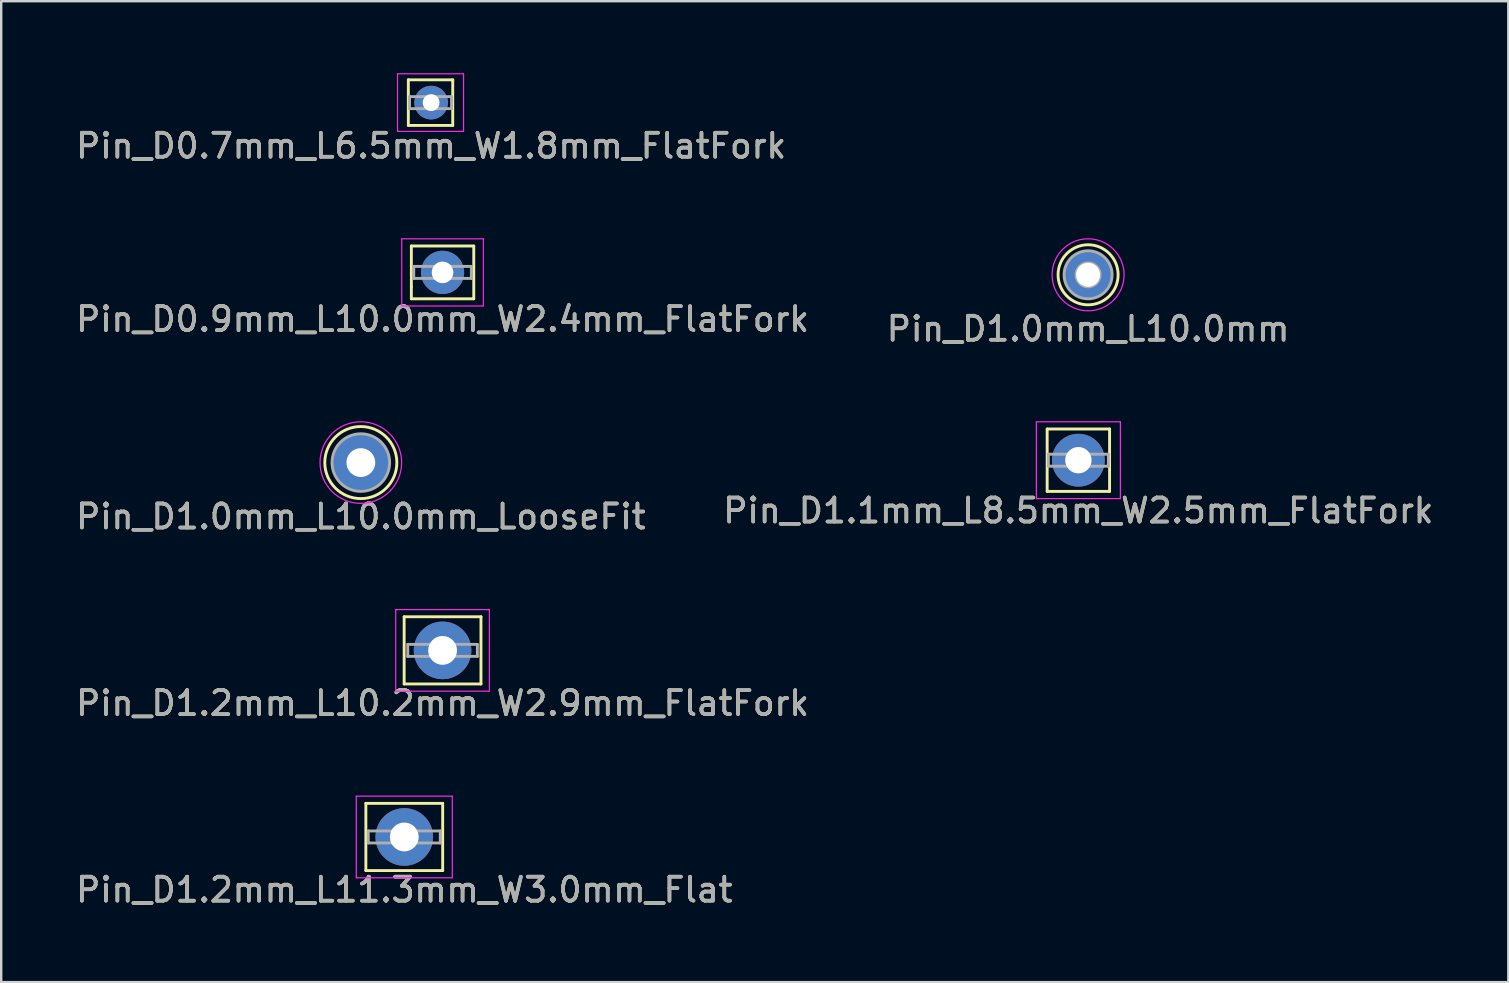
<source format=kicad_pcb>
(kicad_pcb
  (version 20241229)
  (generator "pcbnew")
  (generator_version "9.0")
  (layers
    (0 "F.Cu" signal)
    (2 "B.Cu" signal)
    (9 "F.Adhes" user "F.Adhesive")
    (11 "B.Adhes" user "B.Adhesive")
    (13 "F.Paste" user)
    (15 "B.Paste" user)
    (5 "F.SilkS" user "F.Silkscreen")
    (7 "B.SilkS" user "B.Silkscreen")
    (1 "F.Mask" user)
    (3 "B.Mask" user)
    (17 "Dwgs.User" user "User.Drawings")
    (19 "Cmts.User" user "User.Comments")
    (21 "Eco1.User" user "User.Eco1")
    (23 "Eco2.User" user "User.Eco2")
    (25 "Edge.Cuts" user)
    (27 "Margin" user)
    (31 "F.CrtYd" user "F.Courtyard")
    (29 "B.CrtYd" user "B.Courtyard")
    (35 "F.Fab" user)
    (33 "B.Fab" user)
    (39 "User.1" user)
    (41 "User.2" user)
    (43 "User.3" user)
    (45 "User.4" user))
  (footprint "Pin_D1.2mm_L11.3mm_W3.0mm_Flat"
    (layer "F.Cu")
    (at 13.792 31.818)
    (property "Reference" "Pin_D1.2mm_L11.3mm_W3.0mm_Flat" (at 0 2.2 0) (layer "F.SilkS") (effects (font (size 1 1) (thickness 0.15))))
    (attr through_hole)
    (fp_line (start -1.6 -1.4) (end 1.6 -1.4) (stroke (width 0.12) (type solid)) (layer "F.SilkS"))
    (fp_line (start -1.6 1.4) (end -1.6 -1.4) (stroke (width 0.12) (type solid)) (layer "F.SilkS"))
    (fp_line (start 1.6 -1.4) (end 1.6 1.4) (stroke (width 0.12) (type solid)) (layer "F.SilkS"))
    (fp_line (start 1.6 1.4) (end -1.6 1.4) (stroke (width 0.12) (type solid)) (layer "F.SilkS"))
    (fp_line (start -2 -1.7) (end -2 1.7) (stroke (width 0.05) (type solid)) (layer "F.CrtYd"))
    (fp_line (start -2 -1.7) (end 2 -1.7) (stroke (width 0.05) (type solid)) (layer "F.CrtYd"))
    (fp_line (start 2 1.7) (end -2 1.7) (stroke (width 0.05) (type solid)) (layer "F.CrtYd"))
    (fp_line (start 2 1.7) (end 2 -1.7) (stroke (width 0.05) (type solid)) (layer "F.CrtYd"))
    (fp_line (start -1.5 -0.25) (end 1.5 -0.25) (stroke (width 0.12) (type solid)) (layer "F.Fab"))
    (fp_line (start -1.5 0.25) (end -1.5 -0.25) (stroke (width 0.12) (type solid)) (layer "F.Fab"))
    (fp_line (start 1.5 -0.25) (end 1.5 0.25) (stroke (width 0.12) (type solid)) (layer "F.Fab"))
    (fp_line (start 1.5 0.25) (end -1.5 0.25) (stroke (width 0.12) (type solid)) (layer "F.Fab"))
    (fp_text user "${REFERENCE}" (at 0 2.2 0) (layer "F.Fab") (effects (font (size 1 1) (thickness 0.15))))
    (pad "1" thru_hole circle (at 0 0) (size 2.4 2.4) (drill 1.2) (layers "*.Cu" "*.Mask")))
  (footprint "Pin_D0.9mm_L10.0mm_W2.4mm_FlatFork"
    (layer "F.Cu")
    (at 15.387 8.298)
    (property "Reference" "Pin_D0.9mm_L10.0mm_W2.4mm_FlatFork" (at 0 1.95 0) (layer "F.SilkS") (effects (font (size 1 1) (thickness 0.15))))
    (attr through_hole)
    (fp_line (start -1.3 -1.1) (end -1.3 0.6) (stroke (width 0.12) (type solid)) (layer "F.SilkS"))
    (fp_line (start -1.3 0.6) (end -1.3 1.1) (stroke (width 0.12) (type solid)) (layer "F.SilkS"))
    (fp_line (start -1.3 1.1) (end 1.3 1.1) (stroke (width 0.12) (type solid)) (layer "F.SilkS"))
    (fp_line (start 1.3 -1.1) (end -1.3 -1.1) (stroke (width 0.12) (type solid)) (layer "F.SilkS"))
    (fp_line (start 1.3 1.1) (end 1.3 -1.1) (stroke (width 0.12) (type solid)) (layer "F.SilkS"))
    (fp_line (start -1.7 -1.4) (end -1.7 1.4) (stroke (width 0.05) (type solid)) (layer "F.CrtYd"))
    (fp_line (start -1.7 -1.4) (end 1.7 -1.4) (stroke (width 0.05) (type solid)) (layer "F.CrtYd"))
    (fp_line (start 1.7 1.4) (end -1.7 1.4) (stroke (width 0.05) (type solid)) (layer "F.CrtYd"))
    (fp_line (start 1.7 1.4) (end 1.7 -1.4) (stroke (width 0.05) (type solid)) (layer "F.CrtYd"))
    (fp_line (start -1.2 -0.25) (end -1.2 0.25) (stroke (width 0.12) (type solid)) (layer "F.Fab"))
    (fp_line (start -1.2 0.25) (end 1.2 0.25) (stroke (width 0.12) (type solid)) (layer "F.Fab"))
    (fp_line (start 1.2 -0.25) (end -1.2 -0.25) (stroke (width 0.12) (type solid)) (layer "F.Fab"))
    (fp_line (start 1.2 0.25) (end 1.2 -0.25) (stroke (width 0.12) (type solid)) (layer "F.Fab"))
    (fp_text user "${REFERENCE}" (at 0 1.95 0) (layer "F.Fab") (effects (font (size 1 1) (thickness 0.15))))
    (pad "1" thru_hole circle (at 0 0) (size 1.8 1.8) (drill 0.9) (layers "*.Cu" "*.Mask")))
  (footprint "Pin_D1.0mm_L10.0mm_LooseFit"
    (layer "F.Cu")
    (at 11.982 16.221)
    (property "Reference" "Pin_D1.0mm_L10.0mm_LooseFit" (at 0 2.25 0) (layer "F.SilkS") (effects (font (size 1 1) (thickness 0.15))))
    (attr through_hole)
    (fp_circle (center 0 0) (end 1.5 0.05) (stroke (width 0.12) (type solid)) (fill no) (layer "F.SilkS"))
    (fp_circle (center 0 0) (end 1.7 0) (stroke (width 0.05) (type solid)) (fill no) (layer "F.CrtYd"))
    (fp_circle (center 0 0) (end 0.5 0) (stroke (width 0.12) (type solid)) (fill no) (layer "F.Fab"))
    (fp_circle (center 0 0) (end 1.2 0) (stroke (width 0.12) (type solid)) (fill no) (layer "F.Fab"))
    (fp_text user "${REFERENCE}" (at 0 2.25 0) (layer "F.Fab") (effects (font (size 1 1) (thickness 0.15))))
    (pad "1" thru_hole circle (at 0 0) (size 2.4 2.4) (drill 1.2) (layers "*.Cu" "*.Mask")))
  (footprint "Pin_D1.2mm_L10.2mm_W2.9mm_FlatFork"
    (layer "F.Cu")
    (at 15.387 24.045)
    (property "Reference" "Pin_D1.2mm_L10.2mm_W2.9mm_FlatFork" (at 0 2.2 0) (layer "F.SilkS") (effects (font (size 1 1) (thickness 0.15))))
    (attr through_hole)
    (fp_line (start -1.6 -1.4) (end 1.6 -1.4) (stroke (width 0.12) (type solid)) (layer "F.SilkS"))
    (fp_line (start -1.6 1.4) (end -1.6 -1.4) (stroke (width 0.12) (type solid)) (layer "F.SilkS"))
    (fp_line (start 1.6 -1.4) (end 1.6 1.4) (stroke (width 0.12) (type solid)) (layer "F.SilkS"))
    (fp_line (start 1.6 1.4) (end -1.6 1.4) (stroke (width 0.12) (type solid)) (layer "F.SilkS"))
    (fp_line (start -1.95 -1.7) (end -1.95 1.7) (stroke (width 0.05) (type solid)) (layer "F.CrtYd"))
    (fp_line (start -1.95 -1.7) (end 1.95 -1.7) (stroke (width 0.05) (type solid)) (layer "F.CrtYd"))
    (fp_line (start 1.95 1.7) (end -1.95 1.7) (stroke (width 0.05) (type solid)) (layer "F.CrtYd"))
    (fp_line (start 1.95 1.7) (end 1.95 -1.7) (stroke (width 0.05) (type solid)) (layer "F.CrtYd"))
    (fp_line (start -1.45 -0.25) (end 1.45 -0.25) (stroke (width 0.12) (type solid)) (layer "F.Fab"))
    (fp_line (start -1.45 0.25) (end -1.45 -0.25) (stroke (width 0.12) (type solid)) (layer "F.Fab"))
    (fp_line (start 1.45 -0.25) (end 1.45 0.25) (stroke (width 0.12) (type solid)) (layer "F.Fab"))
    (fp_line (start 1.45 0.25) (end -1.45 0.25) (stroke (width 0.12) (type solid)) (layer "F.Fab"))
    (fp_text user "${REFERENCE}" (at 0 2.2 0) (layer "F.Fab") (effects (font (size 1 1) (thickness 0.15))))
    (pad "1" thru_hole circle (at 0 0) (size 2.4 2.4) (drill 1.2) (layers "*.Cu" "*.Mask")))
  (footprint "Pin_D1.1mm_L8.5mm_W2.5mm_FlatFork"
    (layer "F.Cu")
    (at 41.875 16.122)
    (property "Reference" "Pin_D1.1mm_L8.5mm_W2.5mm_FlatFork" (at 0 2.1 0) (layer "F.SilkS") (effects (font (size 1 1) (thickness 0.15))))
    (attr through_hole)
    (fp_line (start -1.3 -1.3) (end 1.3 -1.3) (stroke (width 0.12) (type solid)) (layer "F.SilkS"))
    (fp_line (start -1.3 1.3) (end -1.3 -1.3) (stroke (width 0.12) (type solid)) (layer "F.SilkS"))
    (fp_line (start -1.3 1.3) (end 1.3 1.3) (stroke (width 0.12) (type solid)) (layer "F.SilkS"))
    (fp_line (start 1.3 -1.3) (end 1.3 1.3) (stroke (width 0.12) (type solid)) (layer "F.SilkS"))
    (fp_line (start -1.75 -1.6) (end -1.75 1.6) (stroke (width 0.05) (type solid)) (layer "F.CrtYd"))
    (fp_line (start -1.75 -1.6) (end 1.75 -1.6) (stroke (width 0.05) (type solid)) (layer "F.CrtYd"))
    (fp_line (start 1.75 1.6) (end -1.75 1.6) (stroke (width 0.05) (type solid)) (layer "F.CrtYd"))
    (fp_line (start 1.75 1.6) (end 1.75 -1.6) (stroke (width 0.05) (type solid)) (layer "F.CrtYd"))
    (fp_line (start -1.25 -0.25) (end -1.25 0.25) (stroke (width 0.12) (type solid)) (layer "F.Fab"))
    (fp_line (start -1.25 0.25) (end 1.25 0.25) (stroke (width 0.12) (type solid)) (layer "F.Fab"))
    (fp_line (start 1.25 -0.25) (end -1.25 -0.25) (stroke (width 0.12) (type solid)) (layer "F.Fab"))
    (fp_line (start 1.25 0.25) (end 1.25 -0.25) (stroke (width 0.12) (type solid)) (layer "F.Fab"))
    (fp_text user "${REFERENCE}" (at 0 2.1 0) (layer "F.Fab") (effects (font (size 1 1) (thickness 0.15))))
    (pad "1" thru_hole circle (at 0 0) (size 2.2 2.2) (drill 1.1) (layers "*.Cu" "*.Mask")))
  (footprint "Pin_D0.7mm_L6.5mm_W1.8mm_FlatFork"
    (layer "F.Cu")
    (at 14.911 1.225)
    (property "Reference" "Pin_D0.7mm_L6.5mm_W1.8mm_FlatFork" (at 0 1.8 0) (layer "F.SilkS") (effects (font (size 1 1) (thickness 0.15))))
    (attr through_hole)
    (fp_line (start -0.95 -0.95) (end -0.95 0.95) (stroke (width 0.12) (type solid)) (layer "F.SilkS"))
    (fp_line (start -0.95 0.95) (end 0.9 0.95) (stroke (width 0.12) (type solid)) (layer "F.SilkS"))
    (fp_line (start 0.9 -0.95) (end -0.95 -0.95) (stroke (width 0.12) (type solid)) (layer "F.SilkS"))
    (fp_line (start 0.9 -0.9) (end 0.9 -0.95) (stroke (width 0.12) (type solid)) (layer "F.SilkS"))
    (fp_line (start 0.9 0.95) (end 0.9 -0.9) (stroke (width 0.12) (type solid)) (layer "F.SilkS"))
    (fp_line (start -1.4 -1.2) (end -1.4 1.2) (stroke (width 0.05) (type solid)) (layer "F.CrtYd"))
    (fp_line (start -1.4 -1.2) (end 1.35 -1.2) (stroke (width 0.05) (type solid)) (layer "F.CrtYd"))
    (fp_line (start 1.35 1.2) (end -1.4 1.2) (stroke (width 0.05) (type solid)) (layer "F.CrtYd"))
    (fp_line (start 1.35 1.2) (end 1.35 -1.2) (stroke (width 0.05) (type solid)) (layer "F.CrtYd"))
    (fp_line (start -0.9 -0.25) (end 0.85 -0.25) (stroke (width 0.12) (type solid)) (layer "F.Fab"))
    (fp_line (start -0.9 0.25) (end -0.9 -0.25) (stroke (width 0.12) (type solid)) (layer "F.Fab"))
    (fp_line (start 0.85 -0.25) (end 0.85 0.25) (stroke (width 0.12) (type solid)) (layer "F.Fab"))
    (fp_line (start 0.85 0.25) (end -0.9 0.25) (stroke (width 0.12) (type solid)) (layer "F.Fab"))
    (fp_text user "${REFERENCE}" (at 0 1.8 0) (layer "F.Fab") (effects (font (size 1 1) (thickness 0.15))))
    (pad "1" thru_hole circle (at 0 0) (size 1.4 1.4) (drill 0.7) (layers "*.Cu" "*.Mask")))
  (footprint "Pin_D1.0mm_L10.0mm"
    (layer "F.Cu")
    (at 42.28 8.398)
    (property "Reference" "Pin_D1.0mm_L10.0mm" (at 0 2.25 0) (layer "F.SilkS") (effects (font (size 1 1) (thickness 0.15))))
    (attr through_hole)
    (fp_circle (center 0 0) (end 1.25 0.05) (stroke (width 0.12) (type solid)) (fill no) (layer "F.SilkS"))
    (fp_circle (center 0 0) (end 1.5 0) (stroke (width 0.05) (type solid)) (fill no) (layer "F.CrtYd"))
    (fp_circle (center 0 0) (end 0.5 0) (stroke (width 0.12) (type solid)) (fill no) (layer "F.Fab"))
    (fp_circle (center 0 0) (end 1 0) (stroke (width 0.12) (type solid)) (fill no) (layer "F.Fab"))
    (fp_text user "${REFERENCE}" (at 0 2.25 0) (layer "F.Fab") (effects (font (size 1 1) (thickness 0.15))))
    (pad "1" thru_hole circle (at 0 0) (size 2 2) (drill 1) (layers "*.Cu" "*.Mask")))
  (gr_rect
    (start -3 -3)
    (end 59.786 37.866)
    (stroke (width 0.1) (type default))
    (fill no)
    (layer "Edge.Cuts")))
</source>
